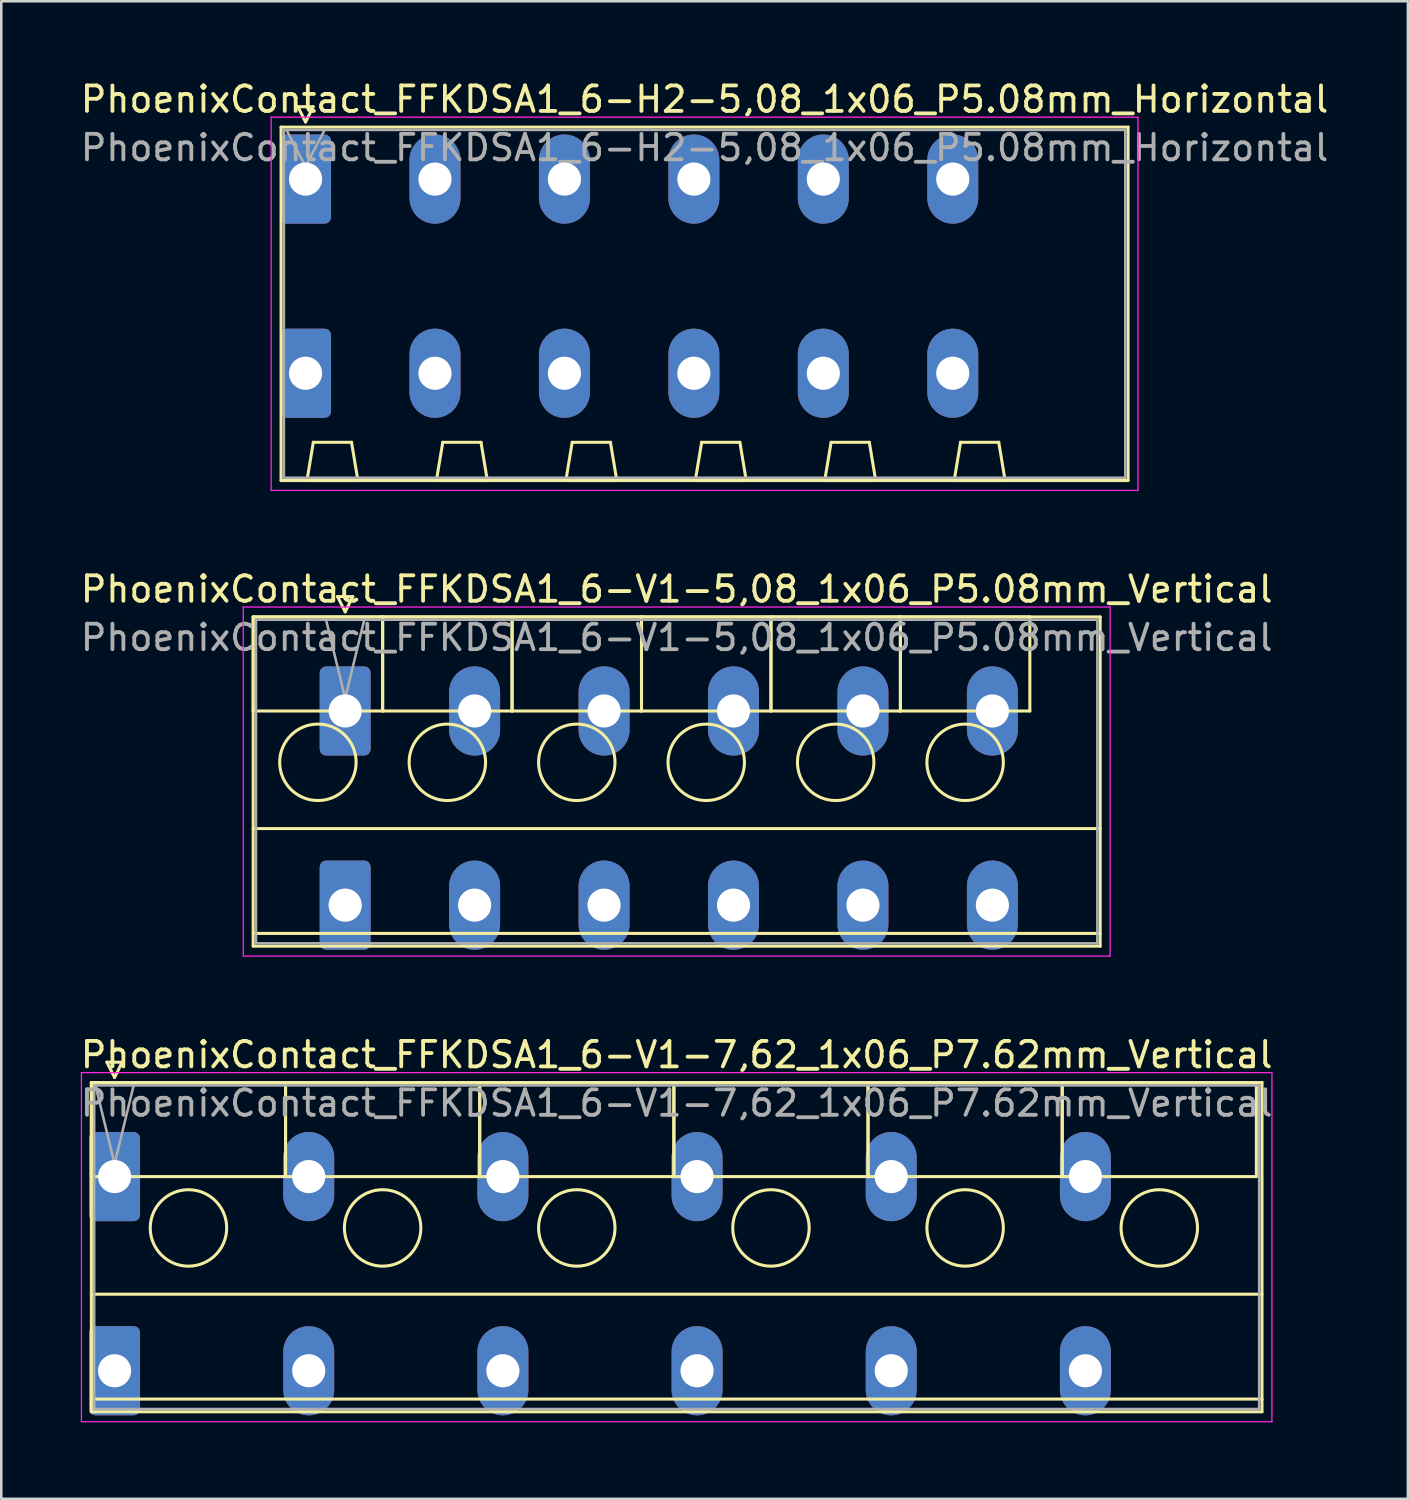
<source format=kicad_pcb>
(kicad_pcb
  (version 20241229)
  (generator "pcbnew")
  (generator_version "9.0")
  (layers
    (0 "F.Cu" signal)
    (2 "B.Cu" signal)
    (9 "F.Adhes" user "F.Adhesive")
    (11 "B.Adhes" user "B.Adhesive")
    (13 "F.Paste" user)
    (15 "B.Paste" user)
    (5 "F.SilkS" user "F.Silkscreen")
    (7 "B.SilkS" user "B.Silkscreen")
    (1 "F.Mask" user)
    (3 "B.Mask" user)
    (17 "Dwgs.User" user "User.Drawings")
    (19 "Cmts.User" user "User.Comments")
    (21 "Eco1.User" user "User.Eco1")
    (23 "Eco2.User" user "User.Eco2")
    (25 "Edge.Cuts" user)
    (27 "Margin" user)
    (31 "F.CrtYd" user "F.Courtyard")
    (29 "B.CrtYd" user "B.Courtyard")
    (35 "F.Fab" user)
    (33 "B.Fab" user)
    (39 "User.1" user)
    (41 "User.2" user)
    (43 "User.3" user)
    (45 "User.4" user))
  (footprint "PhoenixContact_FFKDSA1_6-V1-7,62_1x06_P7.62mm_Vertical"
    (layer "F.Cu")
    (at 1.446 43.125)
    (property "Reference" "PhoenixContact_FFKDSA1_6-V1-7,62_1x06_P7.62mm_Vertical" (at 22.06 -4.78 0) (layer "F.SilkS") (effects (font (size 1 1) (thickness 0.15))))
    (attr through_hole)
    (fp_line (start -0.91 -3.69) (end -0.91 0) (stroke (width 0.12) (type solid)) (layer "F.SilkS"))
    (fp_line (start -0.91 -3.69) (end -0.91 9.23) (stroke (width 0.12) (type solid)) (layer "F.SilkS"))
    (fp_line (start -0.91 0) (end 6.71 0) (stroke (width 0.12) (type solid)) (layer "F.SilkS"))
    (fp_line (start -0.91 4.615) (end 45.03 4.615) (stroke (width 0.12) (type solid)) (layer "F.SilkS"))
    (fp_line (start -0.91 8.73) (end 45.03 8.73) (stroke (width 0.12) (type solid)) (layer "F.SilkS"))
    (fp_line (start -0.91 9.23) (end 45.03 9.23) (stroke (width 0.12) (type solid)) (layer "F.SilkS"))
    (fp_line (start -0.3 -4.49) (end 0.3 -4.49) (stroke (width 0.12) (type solid)) (layer "F.SilkS"))
    (fp_line (start 0 -3.89) (end -0.3 -4.49) (stroke (width 0.12) (type solid)) (layer "F.SilkS"))
    (fp_line (start 0.3 -4.49) (end 0 -3.89) (stroke (width 0.12) (type solid)) (layer "F.SilkS"))
    (fp_line (start 6.71 -3.69) (end -0.91 -3.69) (stroke (width 0.12) (type solid)) (layer "F.SilkS"))
    (fp_line (start 6.71 -3.69) (end 6.71 0) (stroke (width 0.12) (type solid)) (layer "F.SilkS"))
    (fp_line (start 6.71 0) (end 6.71 -3.69) (stroke (width 0.12) (type solid)) (layer "F.SilkS"))
    (fp_line (start 6.71 0) (end 14.33 0) (stroke (width 0.12) (type solid)) (layer "F.SilkS"))
    (fp_line (start 14.33 -3.69) (end 6.71 -3.69) (stroke (width 0.12) (type solid)) (layer "F.SilkS"))
    (fp_line (start 14.33 -3.69) (end 14.33 0) (stroke (width 0.12) (type solid)) (layer "F.SilkS"))
    (fp_line (start 14.33 0) (end 14.33 -3.69) (stroke (width 0.12) (type solid)) (layer "F.SilkS"))
    (fp_line (start 14.33 0) (end 21.95 0) (stroke (width 0.12) (type solid)) (layer "F.SilkS"))
    (fp_line (start 21.95 -3.69) (end 14.33 -3.69) (stroke (width 0.12) (type solid)) (layer "F.SilkS"))
    (fp_line (start 21.95 -3.69) (end 21.95 0) (stroke (width 0.12) (type solid)) (layer "F.SilkS"))
    (fp_line (start 21.95 0) (end 21.95 -3.69) (stroke (width 0.12) (type solid)) (layer "F.SilkS"))
    (fp_line (start 21.95 0) (end 29.57 0) (stroke (width 0.12) (type solid)) (layer "F.SilkS"))
    (fp_line (start 29.57 -3.69) (end 21.95 -3.69) (stroke (width 0.12) (type solid)) (layer "F.SilkS"))
    (fp_line (start 29.57 -3.69) (end 29.57 0) (stroke (width 0.12) (type solid)) (layer "F.SilkS"))
    (fp_line (start 29.57 0) (end 29.57 -3.69) (stroke (width 0.12) (type solid)) (layer "F.SilkS"))
    (fp_line (start 29.57 0) (end 37.19 0) (stroke (width 0.12) (type solid)) (layer "F.SilkS"))
    (fp_line (start 37.19 -3.69) (end 29.57 -3.69) (stroke (width 0.12) (type solid)) (layer "F.SilkS"))
    (fp_line (start 37.19 -3.69) (end 37.19 0) (stroke (width 0.12) (type solid)) (layer "F.SilkS"))
    (fp_line (start 37.19 0) (end 37.19 -3.69) (stroke (width 0.12) (type solid)) (layer "F.SilkS"))
    (fp_line (start 37.19 0) (end 44.81 0) (stroke (width 0.12) (type solid)) (layer "F.SilkS"))
    (fp_line (start 44.81 -3.69) (end 37.19 -3.69) (stroke (width 0.12) (type solid)) (layer "F.SilkS"))
    (fp_line (start 44.81 0) (end 44.81 -3.69) (stroke (width 0.12) (type solid)) (layer "F.SilkS"))
    (fp_line (start 45.03 -3.69) (end -0.91 -3.69) (stroke (width 0.12) (type solid)) (layer "F.SilkS"))
    (fp_line (start 45.03 9.23) (end 45.03 -3.69) (stroke (width 0.12) (type solid)) (layer "F.SilkS"))
    (fp_circle (center 2.9 2.015) (end 4.4 2.015) (stroke (width 0.12) (type solid)) (fill no) (layer "F.SilkS"))
    (fp_circle (center 10.52 2.015) (end 12.02 2.015) (stroke (width 0.12) (type solid)) (fill no) (layer "F.SilkS"))
    (fp_circle (center 18.14 2.015) (end 19.64 2.015) (stroke (width 0.12) (type solid)) (fill no) (layer "F.SilkS"))
    (fp_circle (center 25.76 2.015) (end 27.26 2.015) (stroke (width 0.12) (type solid)) (fill no) (layer "F.SilkS"))
    (fp_circle (center 33.38 2.015) (end 34.88 2.015) (stroke (width 0.12) (type solid)) (fill no) (layer "F.SilkS"))
    (fp_circle (center 41 2.015) (end 42.5 2.015) (stroke (width 0.12) (type solid)) (fill no) (layer "F.SilkS"))
    (fp_line (start -1.3 -4.08) (end -1.3 9.62) (stroke (width 0.05) (type solid)) (layer "F.CrtYd"))
    (fp_line (start -1.3 9.62) (end 45.42 9.62) (stroke (width 0.05) (type solid)) (layer "F.CrtYd"))
    (fp_line (start 45.42 -4.08) (end -1.3 -4.08) (stroke (width 0.05) (type solid)) (layer "F.CrtYd"))
    (fp_line (start 45.42 9.62) (end 45.42 -4.08) (stroke (width 0.05) (type solid)) (layer "F.CrtYd"))
    (fp_line (start -0.8 -3.58) (end -0.8 9.12) (stroke (width 0.1) (type solid)) (layer "F.Fab"))
    (fp_line (start -0.8 9.12) (end 44.92 9.12) (stroke (width 0.1) (type solid)) (layer "F.Fab"))
    (fp_line (start 0 -0.5) (end -0.75 -3.58) (stroke (width 0.1) (type solid)) (layer "F.Fab"))
    (fp_line (start 0.75 -3.58) (end 0 -0.5) (stroke (width 0.1) (type solid)) (layer "F.Fab"))
    (fp_line (start 44.92 -3.58) (end -0.8 -3.58) (stroke (width 0.1) (type solid)) (layer "F.Fab"))
    (fp_line (start 44.92 9.12) (end 44.92 -3.58) (stroke (width 0.1) (type solid)) (layer "F.Fab"))
    (fp_text user "${REFERENCE}" (at 22.06 -2.88 0) (layer "F.Fab") (effects (font (size 1 1) (thickness 0.15))))
    (pad "1" thru_hole roundrect (at 0 0) (size 2 3.5) (drill 1.3) (layers "*.Cu" "*.Mask") (roundrect_rratio 0.125))
    (pad "1" thru_hole roundrect (at 0 7.62) (size 2 3.5) (drill 1.3) (layers "*.Cu" "*.Mask") (roundrect_rratio 0.125))
    (pad "2" thru_hole oval (at 7.62 0) (size 2 3.5) (drill 1.3) (layers "*.Cu" "*.Mask"))
    (pad "2" thru_hole oval (at 7.62 7.62) (size 2 3.5) (drill 1.3) (layers "*.Cu" "*.Mask"))
    (pad "3" thru_hole oval (at 15.24 0) (size 2 3.5) (drill 1.3) (layers "*.Cu" "*.Mask"))
    (pad "3" thru_hole oval (at 15.24 7.62) (size 2 3.5) (drill 1.3) (layers "*.Cu" "*.Mask"))
    (pad "4" thru_hole oval (at 22.86 0) (size 2 3.5) (drill 1.3) (layers "*.Cu" "*.Mask"))
    (pad "4" thru_hole oval (at 22.86 7.62) (size 2 3.5) (drill 1.3) (layers "*.Cu" "*.Mask"))
    (pad "5" thru_hole oval (at 30.48 0) (size 2 3.5) (drill 1.3) (layers "*.Cu" "*.Mask"))
    (pad "5" thru_hole oval (at 30.48 7.62) (size 2 3.5) (drill 1.3) (layers "*.Cu" "*.Mask"))
    (pad "6" thru_hole oval (at 38.1 0) (size 2 3.5) (drill 1.3) (layers "*.Cu" "*.Mask"))
    (pad "6" thru_hole oval (at 38.1 7.62) (size 2 3.5) (drill 1.3) (layers "*.Cu" "*.Mask")))
  (footprint "PhoenixContact_FFKDSA1_6-V1-5,08_1x06_P5.08mm_Vertical"
    (layer "F.Cu")
    (at 10.496 24.852)
    (property "Reference" "PhoenixContact_FFKDSA1_6-V1-5,08_1x06_P5.08mm_Vertical" (at 13.01 -4.78 0) (layer "F.SilkS") (effects (font (size 1 1) (thickness 0.15))))
    (attr through_hole)
    (fp_line (start -3.61 -3.69) (end -3.61 0) (stroke (width 0.12) (type solid)) (layer "F.SilkS"))
    (fp_line (start -3.61 -3.69) (end -3.61 9.23) (stroke (width 0.12) (type solid)) (layer "F.SilkS"))
    (fp_line (start -3.61 0) (end 1.47 0) (stroke (width 0.12) (type solid)) (layer "F.SilkS"))
    (fp_line (start -3.61 4.615) (end 29.63 4.615) (stroke (width 0.12) (type solid)) (layer "F.SilkS"))
    (fp_line (start -3.61 8.73) (end 29.63 8.73) (stroke (width 0.12) (type solid)) (layer "F.SilkS"))
    (fp_line (start -3.61 9.23) (end 29.63 9.23) (stroke (width 0.12) (type solid)) (layer "F.SilkS"))
    (fp_line (start -0.3 -4.49) (end 0.3 -4.49) (stroke (width 0.12) (type solid)) (layer "F.SilkS"))
    (fp_line (start 0 -3.89) (end -0.3 -4.49) (stroke (width 0.12) (type solid)) (layer "F.SilkS"))
    (fp_line (start 0.3 -4.49) (end 0 -3.89) (stroke (width 0.12) (type solid)) (layer "F.SilkS"))
    (fp_line (start 1.47 -3.69) (end -3.61 -3.69) (stroke (width 0.12) (type solid)) (layer "F.SilkS"))
    (fp_line (start 1.47 -3.69) (end 1.47 0) (stroke (width 0.12) (type solid)) (layer "F.SilkS"))
    (fp_line (start 1.47 0) (end 1.47 -3.69) (stroke (width 0.12) (type solid)) (layer "F.SilkS"))
    (fp_line (start 1.47 0) (end 6.55 0) (stroke (width 0.12) (type solid)) (layer "F.SilkS"))
    (fp_line (start 6.55 -3.69) (end 1.47 -3.69) (stroke (width 0.12) (type solid)) (layer "F.SilkS"))
    (fp_line (start 6.55 -3.69) (end 6.55 0) (stroke (width 0.12) (type solid)) (layer "F.SilkS"))
    (fp_line (start 6.55 0) (end 6.55 -3.69) (stroke (width 0.12) (type solid)) (layer "F.SilkS"))
    (fp_line (start 6.55 0) (end 11.63 0) (stroke (width 0.12) (type solid)) (layer "F.SilkS"))
    (fp_line (start 11.63 -3.69) (end 6.55 -3.69) (stroke (width 0.12) (type solid)) (layer "F.SilkS"))
    (fp_line (start 11.63 -3.69) (end 11.63 0) (stroke (width 0.12) (type solid)) (layer "F.SilkS"))
    (fp_line (start 11.63 0) (end 11.63 -3.69) (stroke (width 0.12) (type solid)) (layer "F.SilkS"))
    (fp_line (start 11.63 0) (end 16.71 0) (stroke (width 0.12) (type solid)) (layer "F.SilkS"))
    (fp_line (start 16.71 -3.69) (end 11.63 -3.69) (stroke (width 0.12) (type solid)) (layer "F.SilkS"))
    (fp_line (start 16.71 -3.69) (end 16.71 0) (stroke (width 0.12) (type solid)) (layer "F.SilkS"))
    (fp_line (start 16.71 0) (end 16.71 -3.69) (stroke (width 0.12) (type solid)) (layer "F.SilkS"))
    (fp_line (start 16.71 0) (end 21.79 0) (stroke (width 0.12) (type solid)) (layer "F.SilkS"))
    (fp_line (start 21.79 -3.69) (end 16.71 -3.69) (stroke (width 0.12) (type solid)) (layer "F.SilkS"))
    (fp_line (start 21.79 -3.69) (end 21.79 0) (stroke (width 0.12) (type solid)) (layer "F.SilkS"))
    (fp_line (start 21.79 0) (end 21.79 -3.69) (stroke (width 0.12) (type solid)) (layer "F.SilkS"))
    (fp_line (start 21.79 0) (end 26.87 0) (stroke (width 0.12) (type solid)) (layer "F.SilkS"))
    (fp_line (start 26.87 -3.69) (end 21.79 -3.69) (stroke (width 0.12) (type solid)) (layer "F.SilkS"))
    (fp_line (start 26.87 0) (end 26.87 -3.69) (stroke (width 0.12) (type solid)) (layer "F.SilkS"))
    (fp_line (start 29.63 -3.69) (end -3.61 -3.69) (stroke (width 0.12) (type solid)) (layer "F.SilkS"))
    (fp_line (start 29.63 9.23) (end 29.63 -3.69) (stroke (width 0.12) (type solid)) (layer "F.SilkS"))
    (fp_circle (center -1.07 2.015) (end 0.43 2.015) (stroke (width 0.12) (type solid)) (fill no) (layer "F.SilkS"))
    (fp_circle (center 4.01 2.015) (end 5.51 2.015) (stroke (width 0.12) (type solid)) (fill no) (layer "F.SilkS"))
    (fp_circle (center 9.09 2.015) (end 10.59 2.015) (stroke (width 0.12) (type solid)) (fill no) (layer "F.SilkS"))
    (fp_circle (center 14.17 2.015) (end 15.67 2.015) (stroke (width 0.12) (type solid)) (fill no) (layer "F.SilkS"))
    (fp_circle (center 19.25 2.015) (end 20.75 2.015) (stroke (width 0.12) (type solid)) (fill no) (layer "F.SilkS"))
    (fp_circle (center 24.33 2.015) (end 25.83 2.015) (stroke (width 0.12) (type solid)) (fill no) (layer "F.SilkS"))
    (fp_line (start -4 -4.08) (end -4 9.62) (stroke (width 0.05) (type solid)) (layer "F.CrtYd"))
    (fp_line (start -4 9.62) (end 30.02 9.62) (stroke (width 0.05) (type solid)) (layer "F.CrtYd"))
    (fp_line (start 30.02 -4.08) (end -4 -4.08) (stroke (width 0.05) (type solid)) (layer "F.CrtYd"))
    (fp_line (start 30.02 9.62) (end 30.02 -4.08) (stroke (width 0.05) (type solid)) (layer "F.CrtYd"))
    (fp_line (start -3.5 -3.58) (end -3.5 9.12) (stroke (width 0.1) (type solid)) (layer "F.Fab"))
    (fp_line (start -3.5 9.12) (end 29.52 9.12) (stroke (width 0.1) (type solid)) (layer "F.Fab"))
    (fp_line (start 0 -0.5) (end -0.75 -3.58) (stroke (width 0.1) (type solid)) (layer "F.Fab"))
    (fp_line (start 0.75 -3.58) (end 0 -0.5) (stroke (width 0.1) (type solid)) (layer "F.Fab"))
    (fp_line (start 29.52 -3.58) (end -3.5 -3.58) (stroke (width 0.1) (type solid)) (layer "F.Fab"))
    (fp_line (start 29.52 9.12) (end 29.52 -3.58) (stroke (width 0.1) (type solid)) (layer "F.Fab"))
    (fp_text user "${REFERENCE}" (at 13.01 -2.88 0) (layer "F.Fab") (effects (font (size 1 1) (thickness 0.15))))
    (pad "1" thru_hole roundrect (at 0 0) (size 2 3.5) (drill 1.3) (layers "*.Cu" "*.Mask") (roundrect_rratio 0.125))
    (pad "1" thru_hole roundrect (at 0 7.62) (size 2 3.5) (drill 1.3) (layers "*.Cu" "*.Mask") (roundrect_rratio 0.125))
    (pad "2" thru_hole oval (at 5.08 0) (size 2 3.5) (drill 1.3) (layers "*.Cu" "*.Mask"))
    (pad "2" thru_hole oval (at 5.08 7.62) (size 2 3.5) (drill 1.3) (layers "*.Cu" "*.Mask"))
    (pad "3" thru_hole oval (at 10.16 0) (size 2 3.5) (drill 1.3) (layers "*.Cu" "*.Mask"))
    (pad "3" thru_hole oval (at 10.16 7.62) (size 2 3.5) (drill 1.3) (layers "*.Cu" "*.Mask"))
    (pad "4" thru_hole oval (at 15.24 0) (size 2 3.5) (drill 1.3) (layers "*.Cu" "*.Mask"))
    (pad "4" thru_hole oval (at 15.24 7.62) (size 2 3.5) (drill 1.3) (layers "*.Cu" "*.Mask"))
    (pad "5" thru_hole oval (at 20.32 0) (size 2 3.5) (drill 1.3) (layers "*.Cu" "*.Mask"))
    (pad "5" thru_hole oval (at 20.32 7.62) (size 2 3.5) (drill 1.3) (layers "*.Cu" "*.Mask"))
    (pad "6" thru_hole oval (at 25.4 0) (size 2 3.5) (drill 1.3) (layers "*.Cu" "*.Mask"))
    (pad "6" thru_hole oval (at 25.4 7.62) (size 2 3.5) (drill 1.3) (layers "*.Cu" "*.Mask")))
  (footprint "PhoenixContact_FFKDSA1_6-H2-5,08_1x06_P5.08mm_Horizontal"
    (layer "F.Cu")
    (at 8.941 3.978)
    (property "Reference" "PhoenixContact_FFKDSA1_6-H2-5,08_1x06_P5.08mm_Horizontal" (at 15.66 -3.13 0) (layer "F.SilkS") (effects (font (size 1 1) (thickness 0.15))))
    (attr through_hole)
    (fp_line (start -0.96 -2.04) (end -0.96 11.83) (stroke (width 0.12) (type solid)) (layer "F.SilkS"))
    (fp_line (start -0.96 11.83) (end 32.28 11.83) (stroke (width 0.12) (type solid)) (layer "F.SilkS"))
    (fp_line (start -0.3 -2.84) (end 0.3 -2.84) (stroke (width 0.12) (type solid)) (layer "F.SilkS"))
    (fp_line (start 0 -2.24) (end -0.3 -2.84) (stroke (width 0.12) (type solid)) (layer "F.SilkS"))
    (fp_line (start 0.055 11.83) (end 2.055 11.83) (stroke (width 0.12) (type solid)) (layer "F.SilkS"))
    (fp_line (start 0.3 -2.84) (end 0 -2.24) (stroke (width 0.12) (type solid)) (layer "F.SilkS"))
    (fp_line (start 0.305 10.33) (end 0.055 11.83) (stroke (width 0.12) (type solid)) (layer "F.SilkS"))
    (fp_line (start 1.805 10.33) (end 0.305 10.33) (stroke (width 0.12) (type solid)) (layer "F.SilkS"))
    (fp_line (start 2.055 11.83) (end 1.805 10.33) (stroke (width 0.12) (type solid)) (layer "F.SilkS"))
    (fp_line (start 5.135 11.83) (end 7.135 11.83) (stroke (width 0.12) (type solid)) (layer "F.SilkS"))
    (fp_line (start 5.385 10.33) (end 5.135 11.83) (stroke (width 0.12) (type solid)) (layer "F.SilkS"))
    (fp_line (start 6.885 10.33) (end 5.385 10.33) (stroke (width 0.12) (type solid)) (layer "F.SilkS"))
    (fp_line (start 7.135 11.83) (end 6.885 10.33) (stroke (width 0.12) (type solid)) (layer "F.SilkS"))
    (fp_line (start 10.215 11.83) (end 12.215 11.83) (stroke (width 0.12) (type solid)) (layer "F.SilkS"))
    (fp_line (start 10.465 10.33) (end 10.215 11.83) (stroke (width 0.12) (type solid)) (layer "F.SilkS"))
    (fp_line (start 11.965 10.33) (end 10.465 10.33) (stroke (width 0.12) (type solid)) (layer "F.SilkS"))
    (fp_line (start 12.215 11.83) (end 11.965 10.33) (stroke (width 0.12) (type solid)) (layer "F.SilkS"))
    (fp_line (start 15.295 11.83) (end 17.295 11.83) (stroke (width 0.12) (type solid)) (layer "F.SilkS"))
    (fp_line (start 15.545 10.33) (end 15.295 11.83) (stroke (width 0.12) (type solid)) (layer "F.SilkS"))
    (fp_line (start 17.045 10.33) (end 15.545 10.33) (stroke (width 0.12) (type solid)) (layer "F.SilkS"))
    (fp_line (start 17.295 11.83) (end 17.045 10.33) (stroke (width 0.12) (type solid)) (layer "F.SilkS"))
    (fp_line (start 20.375 11.83) (end 22.375 11.83) (stroke (width 0.12) (type solid)) (layer "F.SilkS"))
    (fp_line (start 20.625 10.33) (end 20.375 11.83) (stroke (width 0.12) (type solid)) (layer "F.SilkS"))
    (fp_line (start 22.125 10.33) (end 20.625 10.33) (stroke (width 0.12) (type solid)) (layer "F.SilkS"))
    (fp_line (start 22.375 11.83) (end 22.125 10.33) (stroke (width 0.12) (type solid)) (layer "F.SilkS"))
    (fp_line (start 25.455 11.83) (end 27.455 11.83) (stroke (width 0.12) (type solid)) (layer "F.SilkS"))
    (fp_line (start 25.705 10.33) (end 25.455 11.83) (stroke (width 0.12) (type solid)) (layer "F.SilkS"))
    (fp_line (start 27.205 10.33) (end 25.705 10.33) (stroke (width 0.12) (type solid)) (layer "F.SilkS"))
    (fp_line (start 27.455 11.83) (end 27.205 10.33) (stroke (width 0.12) (type solid)) (layer "F.SilkS"))
    (fp_line (start 32.28 -2.04) (end -0.96 -2.04) (stroke (width 0.12) (type solid)) (layer "F.SilkS"))
    (fp_line (start 32.28 11.83) (end 32.28 -2.04) (stroke (width 0.12) (type solid)) (layer "F.SilkS"))
    (fp_line (start -1.35 -2.43) (end -1.35 12.22) (stroke (width 0.05) (type solid)) (layer "F.CrtYd"))
    (fp_line (start -1.35 12.22) (end 32.67 12.22) (stroke (width 0.05) (type solid)) (layer "F.CrtYd"))
    (fp_line (start 32.67 -2.43) (end -1.35 -2.43) (stroke (width 0.05) (type solid)) (layer "F.CrtYd"))
    (fp_line (start 32.67 12.22) (end 32.67 -2.43) (stroke (width 0.05) (type solid)) (layer "F.CrtYd"))
    (fp_line (start -0.85 -1.93) (end -0.85 11.72) (stroke (width 0.1) (type solid)) (layer "F.Fab"))
    (fp_line (start -0.85 11.72) (end 32.17 11.72) (stroke (width 0.1) (type solid)) (layer "F.Fab"))
    (fp_line (start 0 -0.5) (end -0.75 -1.93) (stroke (width 0.1) (type solid)) (layer "F.Fab"))
    (fp_line (start 0.75 -1.93) (end 0 -0.5) (stroke (width 0.1) (type solid)) (layer "F.Fab"))
    (fp_line (start 32.17 -1.93) (end -0.85 -1.93) (stroke (width 0.1) (type solid)) (layer "F.Fab"))
    (fp_line (start 32.17 11.72) (end 32.17 -1.93) (stroke (width 0.1) (type solid)) (layer "F.Fab"))
    (fp_text user "${REFERENCE}" (at 15.66 -1.23 0) (layer "F.Fab") (effects (font (size 1 1) (thickness 0.15))))
    (pad "1" thru_hole roundrect (at 0 0) (size 2 3.5) (drill 1.3) (layers "*.Cu" "*.Mask") (roundrect_rratio 0.125))
    (pad "1" thru_hole roundrect (at 0 7.62) (size 2 3.5) (drill 1.3) (layers "*.Cu" "*.Mask") (roundrect_rratio 0.125))
    (pad "2" thru_hole oval (at 5.08 0) (size 2 3.5) (drill 1.3) (layers "*.Cu" "*.Mask"))
    (pad "2" thru_hole oval (at 5.08 7.62) (size 2 3.5) (drill 1.3) (layers "*.Cu" "*.Mask"))
    (pad "3" thru_hole oval (at 10.16 0) (size 2 3.5) (drill 1.3) (layers "*.Cu" "*.Mask"))
    (pad "3" thru_hole oval (at 10.16 7.62) (size 2 3.5) (drill 1.3) (layers "*.Cu" "*.Mask"))
    (pad "4" thru_hole oval (at 15.24 0) (size 2 3.5) (drill 1.3) (layers "*.Cu" "*.Mask"))
    (pad "4" thru_hole oval (at 15.24 7.62) (size 2 3.5) (drill 1.3) (layers "*.Cu" "*.Mask"))
    (pad "5" thru_hole oval (at 20.32 0) (size 2 3.5) (drill 1.3) (layers "*.Cu" "*.Mask"))
    (pad "5" thru_hole oval (at 20.32 7.62) (size 2 3.5) (drill 1.3) (layers "*.Cu" "*.Mask"))
    (pad "6" thru_hole oval (at 25.4 0) (size 2 3.5) (drill 1.3) (layers "*.Cu" "*.Mask"))
    (pad "6" thru_hole oval (at 25.4 7.62) (size 2 3.5) (drill 1.3) (layers "*.Cu" "*.Mask")))
  (gr_rect
    (start -3 -3)
    (end 52.202 55.77)
    (stroke (width 0.1) (type default))
    (fill no)
    (layer "Edge.Cuts")))
</source>
